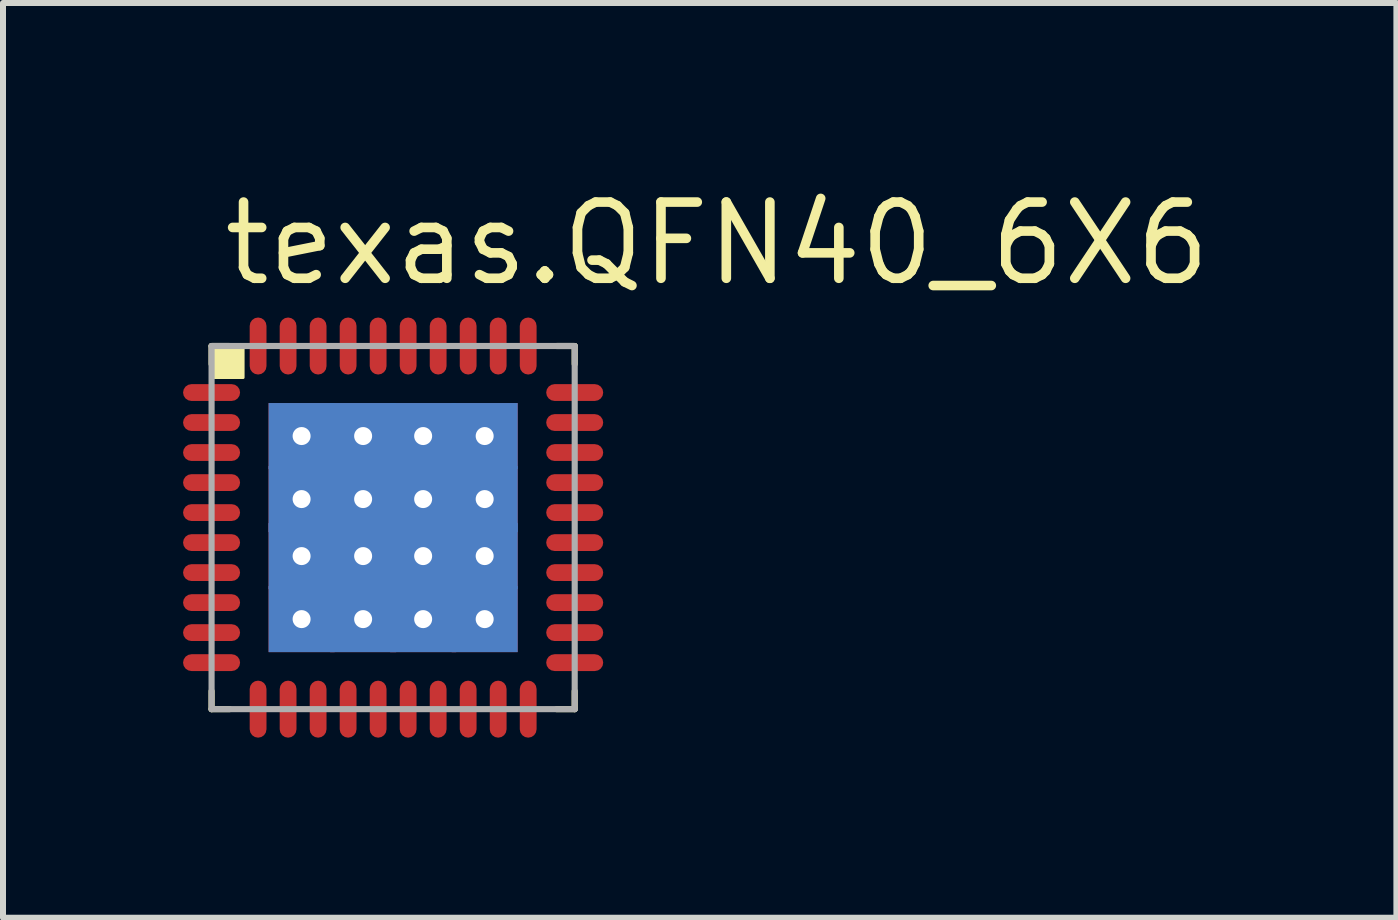
<source format=kicad_pcb>
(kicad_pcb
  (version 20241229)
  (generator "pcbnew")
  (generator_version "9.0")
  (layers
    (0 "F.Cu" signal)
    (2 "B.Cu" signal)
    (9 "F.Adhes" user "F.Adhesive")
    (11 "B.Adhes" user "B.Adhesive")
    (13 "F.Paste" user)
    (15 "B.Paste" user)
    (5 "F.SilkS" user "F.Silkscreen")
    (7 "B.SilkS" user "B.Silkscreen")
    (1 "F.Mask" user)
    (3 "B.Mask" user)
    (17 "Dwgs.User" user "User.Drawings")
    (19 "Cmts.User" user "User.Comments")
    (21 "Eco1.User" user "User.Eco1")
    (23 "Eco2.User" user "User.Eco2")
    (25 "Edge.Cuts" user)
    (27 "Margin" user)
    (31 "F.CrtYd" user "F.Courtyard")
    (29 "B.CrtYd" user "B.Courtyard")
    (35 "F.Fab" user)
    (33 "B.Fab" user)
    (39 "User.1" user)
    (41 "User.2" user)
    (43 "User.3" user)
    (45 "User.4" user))
  (footprint "texas.QFN40_6X6"
    (layer "F.Cu")
    (at 3.5 5.74)
    (property "Reference" "texas.QFN40_6X6" (at -2.9 -3.99 0) (layer "F.SilkS") (effects (font (size 1.27 1.27) (thickness 0.16)) (justify left bottom)))
    (attr smd)
    (fp_rect (start -3 -2.75) (end -2.75 -3) (stroke (width 0.05) (type default)) (fill yes) (layer "F.Cu"))
    (fp_rect (start -3.4 -2.05) (end -2.7 -2.45) (stroke (width 0.05) (type default)) (fill yes) (layer "F.Mask"))
    (fp_rect (start -3.4 -1.55) (end -2.7 -1.95) (stroke (width 0.05) (type default)) (fill yes) (layer "F.Mask"))
    (fp_rect (start -3.4 -1.05) (end -2.7 -1.45) (stroke (width 0.05) (type default)) (fill yes) (layer "F.Mask"))
    (fp_rect (start -3.4 -0.55) (end -2.7 -0.95) (stroke (width 0.05) (type default)) (fill yes) (layer "F.Mask"))
    (fp_rect (start -3.4 -0.05) (end -2.7 -0.45) (stroke (width 0.05) (type default)) (fill yes) (layer "F.Mask"))
    (fp_rect (start -3.4 0.45) (end -2.7 0.05) (stroke (width 0.05) (type default)) (fill yes) (layer "F.Mask"))
    (fp_rect (start -3.4 0.95) (end -2.7 0.55) (stroke (width 0.05) (type default)) (fill yes) (layer "F.Mask"))
    (fp_rect (start -3.4 1.45) (end -2.7 1.05) (stroke (width 0.05) (type default)) (fill yes) (layer "F.Mask"))
    (fp_rect (start -3.4 1.95) (end -2.7 1.55) (stroke (width 0.05) (type default)) (fill yes) (layer "F.Mask"))
    (fp_rect (start -3.4 2.45) (end -2.7 2.05) (stroke (width 0.05) (type default)) (fill yes) (layer "F.Mask"))
    (fp_rect (start -2.45 -2.7) (end -2.05 -3.4) (stroke (width 0.05) (type default)) (fill yes) (layer "F.Mask"))
    (fp_rect (start -2.45 3.4) (end -2.05 2.7) (stroke (width 0.05) (type default)) (fill yes) (layer "F.Mask"))
    (fp_rect (start -2.025 -0.875) (end -0.875 -2.025) (stroke (width 0.05) (type default)) (fill yes) (layer "F.Mask"))
    (fp_rect (start -2.025 0.575) (end -0.875 -0.575) (stroke (width 0.05) (type default)) (fill yes) (layer "F.Mask"))
    (fp_rect (start -2.025 2.025) (end -0.875 0.875) (stroke (width 0.05) (type default)) (fill yes) (layer "F.Mask"))
    (fp_rect (start -1.95 -2.7) (end -1.55 -3.4) (stroke (width 0.05) (type default)) (fill yes) (layer "F.Mask"))
    (fp_rect (start -1.95 3.4) (end -1.55 2.7) (stroke (width 0.05) (type default)) (fill yes) (layer "F.Mask"))
    (fp_rect (start -1.45 -2.7) (end -1.05 -3.4) (stroke (width 0.05) (type default)) (fill yes) (layer "F.Mask"))
    (fp_rect (start -1.45 3.4) (end -1.05 2.7) (stroke (width 0.05) (type default)) (fill yes) (layer "F.Mask"))
    (fp_rect (start -0.95 -2.7) (end -0.55 -3.4) (stroke (width 0.05) (type default)) (fill yes) (layer "F.Mask"))
    (fp_rect (start -0.95 3.4) (end -0.55 2.7) (stroke (width 0.05) (type default)) (fill yes) (layer "F.Mask"))
    (fp_rect (start -0.575 -0.875) (end 0.575 -2.025) (stroke (width 0.05) (type default)) (fill yes) (layer "F.Mask"))
    (fp_rect (start -0.575 0.575) (end 0.575 -0.575) (stroke (width 0.05) (type default)) (fill yes) (layer "F.Mask"))
    (fp_rect (start -0.575 2.025) (end 0.575 0.875) (stroke (width 0.05) (type default)) (fill yes) (layer "F.Mask"))
    (fp_rect (start -0.45 -2.7) (end -0.05 -3.4) (stroke (width 0.05) (type default)) (fill yes) (layer "F.Mask"))
    (fp_rect (start -0.45 3.4) (end -0.05 2.7) (stroke (width 0.05) (type default)) (fill yes) (layer "F.Mask"))
    (fp_rect (start 0.05 -2.7) (end 0.45 -3.4) (stroke (width 0.05) (type default)) (fill yes) (layer "F.Mask"))
    (fp_rect (start 0.05 3.4) (end 0.45 2.7) (stroke (width 0.05) (type default)) (fill yes) (layer "F.Mask"))
    (fp_rect (start 0.55 -2.7) (end 0.95 -3.4) (stroke (width 0.05) (type default)) (fill yes) (layer "F.Mask"))
    (fp_rect (start 0.55 3.4) (end 0.95 2.7) (stroke (width 0.05) (type default)) (fill yes) (layer "F.Mask"))
    (fp_rect (start 0.875 -0.875) (end 2.025 -2.025) (stroke (width 0.05) (type default)) (fill yes) (layer "F.Mask"))
    (fp_rect (start 0.875 0.575) (end 2.025 -0.575) (stroke (width 0.05) (type default)) (fill yes) (layer "F.Mask"))
    (fp_rect (start 0.875 2.025) (end 2.025 0.875) (stroke (width 0.05) (type default)) (fill yes) (layer "F.Mask"))
    (fp_rect (start 1.05 -2.7) (end 1.45 -3.4) (stroke (width 0.05) (type default)) (fill yes) (layer "F.Mask"))
    (fp_rect (start 1.05 3.4) (end 1.45 2.7) (stroke (width 0.05) (type default)) (fill yes) (layer "F.Mask"))
    (fp_rect (start 1.55 -2.7) (end 1.95 -3.4) (stroke (width 0.05) (type default)) (fill yes) (layer "F.Mask"))
    (fp_rect (start 1.55 3.4) (end 1.95 2.7) (stroke (width 0.05) (type default)) (fill yes) (layer "F.Mask"))
    (fp_rect (start 2.05 -2.7) (end 2.45 -3.4) (stroke (width 0.05) (type default)) (fill yes) (layer "F.Mask"))
    (fp_rect (start 2.05 3.4) (end 2.45 2.7) (stroke (width 0.05) (type default)) (fill yes) (layer "F.Mask"))
    (fp_rect (start 2.7 -2.05) (end 3.4 -2.45) (stroke (width 0.05) (type default)) (fill yes) (layer "F.Mask"))
    (fp_rect (start 2.7 -1.55) (end 3.4 -1.95) (stroke (width 0.05) (type default)) (fill yes) (layer "F.Mask"))
    (fp_rect (start 2.7 -1.05) (end 3.4 -1.45) (stroke (width 0.05) (type default)) (fill yes) (layer "F.Mask"))
    (fp_rect (start 2.7 -0.55) (end 3.4 -0.95) (stroke (width 0.05) (type default)) (fill yes) (layer "F.Mask"))
    (fp_rect (start 2.7 -0.05) (end 3.4 -0.45) (stroke (width 0.05) (type default)) (fill yes) (layer "F.Mask"))
    (fp_rect (start 2.7 0.45) (end 3.4 0.05) (stroke (width 0.05) (type default)) (fill yes) (layer "F.Mask"))
    (fp_rect (start 2.7 0.95) (end 3.4 0.55) (stroke (width 0.05) (type default)) (fill yes) (layer "F.Mask"))
    (fp_rect (start 2.7 1.45) (end 3.4 1.05) (stroke (width 0.05) (type default)) (fill yes) (layer "F.Mask"))
    (fp_rect (start 2.7 1.95) (end 3.4 1.55) (stroke (width 0.05) (type default)) (fill yes) (layer "F.Mask"))
    (fp_rect (start 2.7 2.45) (end 3.4 2.05) (stroke (width 0.05) (type default)) (fill yes) (layer "F.Mask"))
    (fp_circle (center -2.7 -2.25) (end -2.5 -2.25) (stroke (width 0.1) (type default)) (fill no) (layer "F.Mask"))
    (fp_circle (center -2.7 -1.75) (end -2.5 -1.75) (stroke (width 0.1) (type default)) (fill no) (layer "F.Mask"))
    (fp_circle (center -2.7 -1.25) (end -2.5 -1.25) (stroke (width 0.1) (type default)) (fill no) (layer "F.Mask"))
    (fp_circle (center -2.7 -0.75) (end -2.5 -0.75) (stroke (width 0.1) (type default)) (fill no) (layer "F.Mask"))
    (fp_circle (center -2.7 -0.25) (end -2.5 -0.25) (stroke (width 0.1) (type default)) (fill no) (layer "F.Mask"))
    (fp_circle (center -2.7 0.25) (end -2.5 0.25) (stroke (width 0.1) (type default)) (fill no) (layer "F.Mask"))
    (fp_circle (center -2.7 0.75) (end -2.5 0.75) (stroke (width 0.1) (type default)) (fill no) (layer "F.Mask"))
    (fp_circle (center -2.7 1.25) (end -2.5 1.25) (stroke (width 0.1) (type default)) (fill no) (layer "F.Mask"))
    (fp_circle (center -2.7 1.75) (end -2.5 1.75) (stroke (width 0.1) (type default)) (fill no) (layer "F.Mask"))
    (fp_circle (center -2.7 2.25) (end -2.5 2.25) (stroke (width 0.1) (type default)) (fill no) (layer "F.Mask"))
    (fp_circle (center -2.25 -2.7) (end -2.05 -2.7) (stroke (width 0.1) (type default)) (fill no) (layer "F.Mask"))
    (fp_circle (center -2.25 2.7) (end -2.05 2.7) (stroke (width 0.1) (type default)) (fill no) (layer "F.Mask"))
    (fp_circle (center -1.75 -2.7) (end -1.55 -2.7) (stroke (width 0.1) (type default)) (fill no) (layer "F.Mask"))
    (fp_circle (center -1.75 2.7) (end -1.55 2.7) (stroke (width 0.1) (type default)) (fill no) (layer "F.Mask"))
    (fp_circle (center -1.25 -2.7) (end -1.05 -2.7) (stroke (width 0.1) (type default)) (fill no) (layer "F.Mask"))
    (fp_circle (center -1.25 2.7) (end -1.05 2.7) (stroke (width 0.1) (type default)) (fill no) (layer "F.Mask"))
    (fp_circle (center -0.75 -2.7) (end -0.55 -2.7) (stroke (width 0.1) (type default)) (fill no) (layer "F.Mask"))
    (fp_circle (center -0.75 2.7) (end -0.55 2.7) (stroke (width 0.1) (type default)) (fill no) (layer "F.Mask"))
    (fp_circle (center -0.25 -2.7) (end -0.05 -2.7) (stroke (width 0.1) (type default)) (fill no) (layer "F.Mask"))
    (fp_circle (center -0.25 2.7) (end -0.05 2.7) (stroke (width 0.1) (type default)) (fill no) (layer "F.Mask"))
    (fp_circle (center 0.25 -2.7) (end 0.45 -2.7) (stroke (width 0.1) (type default)) (fill no) (layer "F.Mask"))
    (fp_circle (center 0.25 2.7) (end 0.45 2.7) (stroke (width 0.1) (type default)) (fill no) (layer "F.Mask"))
    (fp_circle (center 0.75 -2.7) (end 0.95 -2.7) (stroke (width 0.1) (type default)) (fill no) (layer "F.Mask"))
    (fp_circle (center 0.75 2.7) (end 0.95 2.7) (stroke (width 0.1) (type default)) (fill no) (layer "F.Mask"))
    (fp_circle (center 1.25 -2.7) (end 1.45 -2.7) (stroke (width 0.1) (type default)) (fill no) (layer "F.Mask"))
    (fp_circle (center 1.25 2.7) (end 1.45 2.7) (stroke (width 0.1) (type default)) (fill no) (layer "F.Mask"))
    (fp_circle (center 1.75 -2.7) (end 1.95 -2.7) (stroke (width 0.1) (type default)) (fill no) (layer "F.Mask"))
    (fp_circle (center 1.75 2.7) (end 1.95 2.7) (stroke (width 0.1) (type default)) (fill no) (layer "F.Mask"))
    (fp_circle (center 2.25 -2.7) (end 2.45 -2.7) (stroke (width 0.1) (type default)) (fill no) (layer "F.Mask"))
    (fp_circle (center 2.25 2.7) (end 2.45 2.7) (stroke (width 0.1) (type default)) (fill no) (layer "F.Mask"))
    (fp_circle (center 2.7 -2.25) (end 2.9 -2.25) (stroke (width 0.1) (type default)) (fill no) (layer "F.Mask"))
    (fp_circle (center 2.7 -1.75) (end 2.9 -1.75) (stroke (width 0.1) (type default)) (fill no) (layer "F.Mask"))
    (fp_circle (center 2.7 -1.25) (end 2.9 -1.25) (stroke (width 0.1) (type default)) (fill no) (layer "F.Mask"))
    (fp_circle (center 2.7 -0.75) (end 2.9 -0.75) (stroke (width 0.1) (type default)) (fill no) (layer "F.Mask"))
    (fp_circle (center 2.7 -0.25) (end 2.9 -0.25) (stroke (width 0.1) (type default)) (fill no) (layer "F.Mask"))
    (fp_circle (center 2.7 0.25) (end 2.9 0.25) (stroke (width 0.1) (type default)) (fill no) (layer "F.Mask"))
    (fp_circle (center 2.7 0.75) (end 2.9 0.75) (stroke (width 0.1) (type default)) (fill no) (layer "F.Mask"))
    (fp_circle (center 2.7 1.25) (end 2.9 1.25) (stroke (width 0.1) (type default)) (fill no) (layer "F.Mask"))
    (fp_circle (center 2.7 1.75) (end 2.9 1.75) (stroke (width 0.1) (type default)) (fill no) (layer "F.Mask"))
    (fp_circle (center 2.7 2.25) (end 2.9 2.25) (stroke (width 0.1) (type default)) (fill no) (layer "F.Mask"))
    (fp_line (start -3.025 -3.025) (end -2.725 -3.025) (stroke (width 0.102) (type default)) (layer "F.SilkS"))
    (fp_line (start -3.025 -2.725) (end -3.025 -3.025) (stroke (width 0.102) (type default)) (layer "F.SilkS"))
    (fp_line (start -3.025 3.025) (end -3.025 2.725) (stroke (width 0.102) (type default)) (layer "F.SilkS"))
    (fp_line (start -2.725 3.025) (end -3.025 3.025) (stroke (width 0.102) (type default)) (layer "F.SilkS"))
    (fp_line (start 2.725 -3.025) (end 3.025 -3.025) (stroke (width 0.102) (type default)) (layer "F.SilkS"))
    (fp_line (start 3.025 -3.025) (end 3.025 -2.725) (stroke (width 0.102) (type default)) (layer "F.SilkS"))
    (fp_line (start 3.025 2.725) (end 3.025 3.025) (stroke (width 0.102) (type default)) (layer "F.SilkS"))
    (fp_line (start 3.025 3.025) (end 2.725 3.025) (stroke (width 0.102) (type default)) (layer "F.SilkS"))
    (fp_rect (start -3 -2.5) (end -2.5 -3) (stroke (width 0.05) (type default)) (fill yes) (layer "F.SilkS"))
    (fp_rect (start -3.375 -2.125) (end -2.7 -2.375) (stroke (width 0.05) (type default)) (fill yes) (layer "F.Paste"))
    (fp_rect (start -3.375 -1.625) (end -2.7 -1.875) (stroke (width 0.05) (type default)) (fill yes) (layer "F.Paste"))
    (fp_rect (start -3.375 -1.125) (end -2.7 -1.375) (stroke (width 0.05) (type default)) (fill yes) (layer "F.Paste"))
    (fp_rect (start -3.375 -0.625) (end -2.7 -0.875) (stroke (width 0.05) (type default)) (fill yes) (layer "F.Paste"))
    (fp_rect (start -3.375 -0.125) (end -2.7 -0.375) (stroke (width 0.05) (type default)) (fill yes) (layer "F.Paste"))
    (fp_rect (start -3.375 0.375) (end -2.7 0.125) (stroke (width 0.05) (type default)) (fill yes) (layer "F.Paste"))
    (fp_rect (start -3.375 0.875) (end -2.7 0.625) (stroke (width 0.05) (type default)) (fill yes) (layer "F.Paste"))
    (fp_rect (start -3.375 1.375) (end -2.7 1.125) (stroke (width 0.05) (type default)) (fill yes) (layer "F.Paste"))
    (fp_rect (start -3.375 1.875) (end -2.7 1.625) (stroke (width 0.05) (type default)) (fill yes) (layer "F.Paste"))
    (fp_rect (start -3.375 2.375) (end -2.7 2.125) (stroke (width 0.05) (type default)) (fill yes) (layer "F.Paste"))
    (fp_rect (start -2.375 -2.7) (end -2.125 -3.375) (stroke (width 0.05) (type default)) (fill yes) (layer "F.Paste"))
    (fp_rect (start -2.375 3.375) (end -2.125 2.7) (stroke (width 0.05) (type default)) (fill yes) (layer "F.Paste"))
    (fp_rect (start -1.975 -0.925) (end -0.925 -1.975) (stroke (width 0.05) (type default)) (fill yes) (layer "F.Paste"))
    (fp_rect (start -1.975 0.525) (end -0.925 -0.525) (stroke (width 0.05) (type default)) (fill yes) (layer "F.Paste"))
    (fp_rect (start -1.975 1.975) (end -0.925 0.925) (stroke (width 0.05) (type default)) (fill yes) (layer "F.Paste"))
    (fp_rect (start -1.875 -2.7) (end -1.625 -3.375) (stroke (width 0.05) (type default)) (fill yes) (layer "F.Paste"))
    (fp_rect (start -1.875 3.375) (end -1.625 2.7) (stroke (width 0.05) (type default)) (fill yes) (layer "F.Paste"))
    (fp_rect (start -1.375 -2.7) (end -1.125 -3.375) (stroke (width 0.05) (type default)) (fill yes) (layer "F.Paste"))
    (fp_rect (start -1.375 3.375) (end -1.125 2.7) (stroke (width 0.05) (type default)) (fill yes) (layer "F.Paste"))
    (fp_rect (start -0.875 -2.7) (end -0.625 -3.375) (stroke (width 0.05) (type default)) (fill yes) (layer "F.Paste"))
    (fp_rect (start -0.875 3.375) (end -0.625 2.7) (stroke (width 0.05) (type default)) (fill yes) (layer "F.Paste"))
    (fp_rect (start -0.525 -0.925) (end 0.525 -1.975) (stroke (width 0.05) (type default)) (fill yes) (layer "F.Paste"))
    (fp_rect (start -0.525 0.525) (end 0.525 -0.525) (stroke (width 0.05) (type default)) (fill yes) (layer "F.Paste"))
    (fp_rect (start -0.525 1.975) (end 0.525 0.925) (stroke (width 0.05) (type default)) (fill yes) (layer "F.Paste"))
    (fp_rect (start -0.375 -2.7) (end -0.125 -3.375) (stroke (width 0.05) (type default)) (fill yes) (layer "F.Paste"))
    (fp_rect (start -0.375 3.375) (end -0.125 2.7) (stroke (width 0.05) (type default)) (fill yes) (layer "F.Paste"))
    (fp_rect (start 0.125 -2.7) (end 0.375 -3.375) (stroke (width 0.05) (type default)) (fill yes) (layer "F.Paste"))
    (fp_rect (start 0.125 3.375) (end 0.375 2.7) (stroke (width 0.05) (type default)) (fill yes) (layer "F.Paste"))
    (fp_rect (start 0.625 -2.7) (end 0.875 -3.375) (stroke (width 0.05) (type default)) (fill yes) (layer "F.Paste"))
    (fp_rect (start 0.625 3.375) (end 0.875 2.7) (stroke (width 0.05) (type default)) (fill yes) (layer "F.Paste"))
    (fp_rect (start 0.925 -0.925) (end 1.975 -1.975) (stroke (width 0.05) (type default)) (fill yes) (layer "F.Paste"))
    (fp_rect (start 0.925 0.525) (end 1.975 -0.525) (stroke (width 0.05) (type default)) (fill yes) (layer "F.Paste"))
    (fp_rect (start 0.925 1.975) (end 1.975 0.925) (stroke (width 0.05) (type default)) (fill yes) (layer "F.Paste"))
    (fp_rect (start 1.125 -2.7) (end 1.375 -3.375) (stroke (width 0.05) (type default)) (fill yes) (layer "F.Paste"))
    (fp_rect (start 1.125 3.375) (end 1.375 2.7) (stroke (width 0.05) (type default)) (fill yes) (layer "F.Paste"))
    (fp_rect (start 1.625 -2.7) (end 1.875 -3.375) (stroke (width 0.05) (type default)) (fill yes) (layer "F.Paste"))
    (fp_rect (start 1.625 3.375) (end 1.875 2.7) (stroke (width 0.05) (type default)) (fill yes) (layer "F.Paste"))
    (fp_rect (start 2.125 -2.7) (end 2.375 -3.375) (stroke (width 0.05) (type default)) (fill yes) (layer "F.Paste"))
    (fp_rect (start 2.125 3.375) (end 2.375 2.7) (stroke (width 0.05) (type default)) (fill yes) (layer "F.Paste"))
    (fp_rect (start 2.7 -2.125) (end 3.375 -2.375) (stroke (width 0.05) (type default)) (fill yes) (layer "F.Paste"))
    (fp_rect (start 2.7 -1.625) (end 3.375 -1.875) (stroke (width 0.05) (type default)) (fill yes) (layer "F.Paste"))
    (fp_rect (start 2.7 -1.125) (end 3.375 -1.375) (stroke (width 0.05) (type default)) (fill yes) (layer "F.Paste"))
    (fp_rect (start 2.7 -0.625) (end 3.375 -0.875) (stroke (width 0.05) (type default)) (fill yes) (layer "F.Paste"))
    (fp_rect (start 2.7 -0.125) (end 3.375 -0.375) (stroke (width 0.05) (type default)) (fill yes) (layer "F.Paste"))
    (fp_rect (start 2.7 0.375) (end 3.375 0.125) (stroke (width 0.05) (type default)) (fill yes) (layer "F.Paste"))
    (fp_rect (start 2.7 0.875) (end 3.375 0.625) (stroke (width 0.05) (type default)) (fill yes) (layer "F.Paste"))
    (fp_rect (start 2.7 1.375) (end 3.375 1.125) (stroke (width 0.05) (type default)) (fill yes) (layer "F.Paste"))
    (fp_rect (start 2.7 1.875) (end 3.375 1.625) (stroke (width 0.05) (type default)) (fill yes) (layer "F.Paste"))
    (fp_rect (start 2.7 2.375) (end 3.375 2.125) (stroke (width 0.05) (type default)) (fill yes) (layer "F.Paste"))
    (fp_circle (center -2.7 -2.25) (end -2.575 -2.25) (stroke (width 0.1) (type default)) (fill no) (layer "F.Paste"))
    (fp_circle (center -2.7 -1.75) (end -2.575 -1.75) (stroke (width 0.1) (type default)) (fill no) (layer "F.Paste"))
    (fp_circle (center -2.7 -1.25) (end -2.575 -1.25) (stroke (width 0.1) (type default)) (fill no) (layer "F.Paste"))
    (fp_circle (center -2.7 -0.75) (end -2.575 -0.75) (stroke (width 0.1) (type default)) (fill no) (layer "F.Paste"))
    (fp_circle (center -2.7 -0.25) (end -2.575 -0.25) (stroke (width 0.1) (type default)) (fill no) (layer "F.Paste"))
    (fp_circle (center -2.7 0.25) (end -2.575 0.25) (stroke (width 0.1) (type default)) (fill no) (layer "F.Paste"))
    (fp_circle (center -2.7 0.75) (end -2.575 0.75) (stroke (width 0.1) (type default)) (fill no) (layer "F.Paste"))
    (fp_circle (center -2.7 1.25) (end -2.575 1.25) (stroke (width 0.1) (type default)) (fill no) (layer "F.Paste"))
    (fp_circle (center -2.7 1.75) (end -2.575 1.75) (stroke (width 0.1) (type default)) (fill no) (layer "F.Paste"))
    (fp_circle (center -2.7 2.25) (end -2.575 2.25) (stroke (width 0.1) (type default)) (fill no) (layer "F.Paste"))
    (fp_circle (center -2.25 -2.7) (end -2.125 -2.7) (stroke (width 0.1) (type default)) (fill no) (layer "F.Paste"))
    (fp_circle (center -2.25 2.7) (end -2.125 2.7) (stroke (width 0.1) (type default)) (fill no) (layer "F.Paste"))
    (fp_circle (center -1.75 -2.7) (end -1.625 -2.7) (stroke (width 0.1) (type default)) (fill no) (layer "F.Paste"))
    (fp_circle (center -1.75 2.7) (end -1.625 2.7) (stroke (width 0.1) (type default)) (fill no) (layer "F.Paste"))
    (fp_circle (center -1.25 -2.7) (end -1.125 -2.7) (stroke (width 0.1) (type default)) (fill no) (layer "F.Paste"))
    (fp_circle (center -1.25 2.7) (end -1.125 2.7) (stroke (width 0.1) (type default)) (fill no) (layer "F.Paste"))
    (fp_circle (center -0.75 -2.7) (end -0.625 -2.7) (stroke (width 0.1) (type default)) (fill no) (layer "F.Paste"))
    (fp_circle (center -0.75 2.7) (end -0.625 2.7) (stroke (width 0.1) (type default)) (fill no) (layer "F.Paste"))
    (fp_circle (center -0.25 -2.7) (end -0.125 -2.7) (stroke (width 0.1) (type default)) (fill no) (layer "F.Paste"))
    (fp_circle (center -0.25 2.7) (end -0.125 2.7) (stroke (width 0.1) (type default)) (fill no) (layer "F.Paste"))
    (fp_circle (center 0.25 -2.7) (end 0.375 -2.7) (stroke (width 0.1) (type default)) (fill no) (layer "F.Paste"))
    (fp_circle (center 0.25 2.7) (end 0.375 2.7) (stroke (width 0.1) (type default)) (fill no) (layer "F.Paste"))
    (fp_circle (center 0.75 -2.7) (end 0.875 -2.7) (stroke (width 0.1) (type default)) (fill no) (layer "F.Paste"))
    (fp_circle (center 0.75 2.7) (end 0.875 2.7) (stroke (width 0.1) (type default)) (fill no) (layer "F.Paste"))
    (fp_circle (center 1.25 -2.7) (end 1.375 -2.7) (stroke (width 0.1) (type default)) (fill no) (layer "F.Paste"))
    (fp_circle (center 1.25 2.7) (end 1.375 2.7) (stroke (width 0.1) (type default)) (fill no) (layer "F.Paste"))
    (fp_circle (center 1.75 -2.7) (end 1.875 -2.7) (stroke (width 0.1) (type default)) (fill no) (layer "F.Paste"))
    (fp_circle (center 1.75 2.7) (end 1.875 2.7) (stroke (width 0.1) (type default)) (fill no) (layer "F.Paste"))
    (fp_circle (center 2.25 -2.7) (end 2.375 -2.7) (stroke (width 0.1) (type default)) (fill no) (layer "F.Paste"))
    (fp_circle (center 2.25 2.7) (end 2.375 2.7) (stroke (width 0.1) (type default)) (fill no) (layer "F.Paste"))
    (fp_circle (center 2.7 -2.25) (end 2.825 -2.25) (stroke (width 0.1) (type default)) (fill no) (layer "F.Paste"))
    (fp_circle (center 2.7 -1.75) (end 2.825 -1.75) (stroke (width 0.1) (type default)) (fill no) (layer "F.Paste"))
    (fp_circle (center 2.7 -1.25) (end 2.825 -1.25) (stroke (width 0.1) (type default)) (fill no) (layer "F.Paste"))
    (fp_circle (center 2.7 -0.75) (end 2.825 -0.75) (stroke (width 0.1) (type default)) (fill no) (layer "F.Paste"))
    (fp_circle (center 2.7 -0.25) (end 2.825 -0.25) (stroke (width 0.1) (type default)) (fill no) (layer "F.Paste"))
    (fp_circle (center 2.7 0.25) (end 2.825 0.25) (stroke (width 0.1) (type default)) (fill no) (layer "F.Paste"))
    (fp_circle (center 2.7 0.75) (end 2.825 0.75) (stroke (width 0.1) (type default)) (fill no) (layer "F.Paste"))
    (fp_circle (center 2.7 1.25) (end 2.825 1.25) (stroke (width 0.1) (type default)) (fill no) (layer "F.Paste"))
    (fp_circle (center 2.7 1.75) (end 2.825 1.75) (stroke (width 0.1) (type default)) (fill no) (layer "F.Paste"))
    (fp_circle (center 2.7 2.25) (end 2.825 2.25) (stroke (width 0.1) (type default)) (fill no) (layer "F.Paste"))
    (fp_line (start -3.025 -3.025) (end 3.025 -3.025) (stroke (width 0.102) (type default)) (layer "F.Fab"))
    (fp_line (start -3.025 3.025) (end -3.025 -3.025) (stroke (width 0.102) (type default)) (layer "F.Fab"))
    (fp_line (start 3.025 -3.025) (end 3.025 3.025) (stroke (width 0.102) (type default)) (layer "F.Fab"))
    (fp_line (start 3.025 3.025) (end -3.025 3.025) (stroke (width 0.102) (type default)) (layer "F.Fab"))
    (pad "1" smd roundrect (at -3.025 -2.25) (size 0.95 0.28) (layers "F.Cu" "F.Mask" "F.Paste") (roundrect_rratio 0.5))
    (pad "2" smd roundrect (at -3.025 -1.75) (size 0.95 0.28) (layers "F.Cu" "F.Mask" "F.Paste") (roundrect_rratio 0.5))
    (pad "3" smd roundrect (at -3.025 -1.25) (size 0.95 0.28) (layers "F.Cu" "F.Mask" "F.Paste") (roundrect_rratio 0.5))
    (pad "4" smd roundrect (at -3.025 -0.75) (size 0.95 0.28) (layers "F.Cu" "F.Mask" "F.Paste") (roundrect_rratio 0.5))
    (pad "5" smd roundrect (at -3.025 -0.25) (size 0.95 0.28) (layers "F.Cu" "F.Mask" "F.Paste") (roundrect_rratio 0.5))
    (pad "6" smd roundrect (at -3.025 0.25) (size 0.95 0.28) (layers "F.Cu" "F.Mask" "F.Paste") (roundrect_rratio 0.5))
    (pad "7" smd roundrect (at -3.025 0.75) (size 0.95 0.28) (layers "F.Cu" "F.Mask" "F.Paste") (roundrect_rratio 0.5))
    (pad "8" smd roundrect (at -3.025 1.25) (size 0.95 0.28) (layers "F.Cu" "F.Mask" "F.Paste") (roundrect_rratio 0.5))
    (pad "9" smd roundrect (at -3.025 1.75) (size 0.95 0.28) (layers "F.Cu" "F.Mask" "F.Paste") (roundrect_rratio 0.5))
    (pad "10" smd roundrect (at -3.025 2.25) (size 0.95 0.28) (layers "F.Cu" "F.Mask" "F.Paste") (roundrect_rratio 0.5))
    (pad "11" smd roundrect (at -2.25 3.025 90) (size 0.95 0.28) (layers "F.Cu" "F.Mask" "F.Paste") (roundrect_rratio 0.5))
    (pad "12" smd roundrect (at -1.75 3.025 90) (size 0.95 0.28) (layers "F.Cu" "F.Mask" "F.Paste") (roundrect_rratio 0.5))
    (pad "13" smd roundrect (at -1.25 3.025 90) (size 0.95 0.28) (layers "F.Cu" "F.Mask" "F.Paste") (roundrect_rratio 0.5))
    (pad "14" smd roundrect (at -0.75 3.025 90) (size 0.95 0.28) (layers "F.Cu" "F.Mask" "F.Paste") (roundrect_rratio 0.5))
    (pad "15" smd roundrect (at -0.25 3.025 90) (size 0.95 0.28) (layers "F.Cu" "F.Mask" "F.Paste") (roundrect_rratio 0.5))
    (pad "16" smd roundrect (at 0.25 3.025 90) (size 0.95 0.28) (layers "F.Cu" "F.Mask" "F.Paste") (roundrect_rratio 0.5))
    (pad "17" smd roundrect (at 0.75 3.025 90) (size 0.95 0.28) (layers "F.Cu" "F.Mask" "F.Paste") (roundrect_rratio 0.5))
    (pad "18" smd roundrect (at 1.25 3.025 90) (size 0.95 0.28) (layers "F.Cu" "F.Mask" "F.Paste") (roundrect_rratio 0.5))
    (pad "19" smd roundrect (at 1.75 3.025 90) (size 0.95 0.28) (layers "F.Cu" "F.Mask" "F.Paste") (roundrect_rratio 0.5))
    (pad "20" smd roundrect (at 2.25 3.025 90) (size 0.95 0.28) (layers "F.Cu" "F.Mask" "F.Paste") (roundrect_rratio 0.5))
    (pad "21" smd roundrect (at 3.025 2.25 180) (size 0.95 0.28) (layers "F.Cu" "F.Mask" "F.Paste") (roundrect_rratio 0.5))
    (pad "22" smd roundrect (at 3.025 1.75 180) (size 0.95 0.28) (layers "F.Cu" "F.Mask" "F.Paste") (roundrect_rratio 0.5))
    (pad "23" smd roundrect (at 3.025 1.25 180) (size 0.95 0.28) (layers "F.Cu" "F.Mask" "F.Paste") (roundrect_rratio 0.5))
    (pad "24" smd roundrect (at 3.025 0.75 180) (size 0.95 0.28) (layers "F.Cu" "F.Mask" "F.Paste") (roundrect_rratio 0.5))
    (pad "25" smd roundrect (at 3.025 0.25 180) (size 0.95 0.28) (layers "F.Cu" "F.Mask" "F.Paste") (roundrect_rratio 0.5))
    (pad "26" smd roundrect (at 3.025 -0.25 180) (size 0.95 0.28) (layers "F.Cu" "F.Mask" "F.Paste") (roundrect_rratio 0.5))
    (pad "27" smd roundrect (at 3.025 -0.75 180) (size 0.95 0.28) (layers "F.Cu" "F.Mask" "F.Paste") (roundrect_rratio 0.5))
    (pad "28" smd roundrect (at 3.025 -1.25 180) (size 0.95 0.28) (layers "F.Cu" "F.Mask" "F.Paste") (roundrect_rratio 0.5))
    (pad "29" smd roundrect (at 3.025 -1.75 180) (size 0.95 0.28) (layers "F.Cu" "F.Mask" "F.Paste") (roundrect_rratio 0.5))
    (pad "30" smd roundrect (at 3.025 -2.25 180) (size 0.95 0.28) (layers "F.Cu" "F.Mask" "F.Paste") (roundrect_rratio 0.5))
    (pad "31" smd roundrect (at 2.25 -3.025 270) (size 0.95 0.28) (layers "F.Cu" "F.Mask" "F.Paste") (roundrect_rratio 0.5))
    (pad "32" smd roundrect (at 1.75 -3.025 270) (size 0.95 0.28) (layers "F.Cu" "F.Mask" "F.Paste") (roundrect_rratio 0.5))
    (pad "33" smd roundrect (at 1.25 -3.025 270) (size 0.95 0.28) (layers "F.Cu" "F.Mask" "F.Paste") (roundrect_rratio 0.5))
    (pad "34" smd roundrect (at 0.75 -3.025 270) (size 0.95 0.28) (layers "F.Cu" "F.Mask" "F.Paste") (roundrect_rratio 0.5))
    (pad "35" smd roundrect (at 0.25 -3.025 270) (size 0.95 0.28) (layers "F.Cu" "F.Mask" "F.Paste") (roundrect_rratio 0.5))
    (pad "36" smd roundrect (at -0.25 -3.025 270) (size 0.95 0.28) (layers "F.Cu" "F.Mask" "F.Paste") (roundrect_rratio 0.5))
    (pad "37" smd roundrect (at -0.75 -3.025 270) (size 0.95 0.28) (layers "F.Cu" "F.Mask" "F.Paste") (roundrect_rratio 0.5))
    (pad "38" smd roundrect (at -1.25 -3.025 270) (size 0.95 0.28) (layers "F.Cu" "F.Mask" "F.Paste") (roundrect_rratio 0.5))
    (pad "39" smd roundrect (at -1.75 -3.025 270) (size 0.95 0.28) (layers "F.Cu" "F.Mask" "F.Paste") (roundrect_rratio 0.5))
    (pad "40" smd roundrect (at -2.25 -3.025 270) (size 0.95 0.28) (layers "F.Cu" "F.Mask" "F.Paste") (roundrect_rratio 0.5))
    (pad "EXP@1" thru_hole rect (at -1.525 -1.525) (size 1.1 1.1) (drill 0.3) (layers "*.Cu" "*.Mask"))
    (pad "EXP@2" thru_hole rect (at -0.5 -1.525) (size 1.1 1.1) (drill 0.3) (layers "*.Cu" "*.Mask"))
    (pad "EXP@3" thru_hole rect (at 0.5 -1.525) (size 1.1 1.1) (drill 0.3) (layers "*.Cu" "*.Mask"))
    (pad "EXP@4" thru_hole rect (at 1.525 -1.525) (size 1.1 1.1) (drill 0.3) (layers "*.Cu" "*.Mask"))
    (pad "EXP@5" thru_hole rect (at -1.525 -0.475) (size 1.1 1.1) (drill 0.3) (layers "*.Cu" "*.Mask"))
    (pad "EXP@6" thru_hole rect (at -0.5 -0.475) (size 1.1 1.1) (drill 0.3) (layers "*.Cu" "*.Mask"))
    (pad "EXP@7" thru_hole rect (at 0.5 -0.475) (size 1.1 1.1) (drill 0.3) (layers "*.Cu" "*.Mask"))
    (pad "EXP@8" thru_hole rect (at 1.525 -0.475) (size 1.1 1.1) (drill 0.3) (layers "*.Cu" "*.Mask"))
    (pad "EXP@9" thru_hole rect (at -1.525 0.475) (size 1.1 1.1) (drill 0.3) (layers "*.Cu" "*.Mask"))
    (pad "EXP@10" thru_hole rect (at -0.5 0.475) (size 1.1 1.1) (drill 0.3) (layers "*.Cu" "*.Mask"))
    (pad "EXP@11" thru_hole rect (at 0.5 0.475) (size 1.1 1.1) (drill 0.3) (layers "*.Cu" "*.Mask"))
    (pad "EXP@12" thru_hole rect (at 1.525 0.475) (size 1.1 1.1) (drill 0.3) (layers "*.Cu" "*.Mask"))
    (pad "EXP@13" thru_hole rect (at -1.525 1.525) (size 1.1 1.1) (drill 0.3) (layers "*.Cu" "*.Mask"))
    (pad "EXP@14" thru_hole rect (at -0.5 1.525) (size 1.1 1.1) (drill 0.3) (layers "*.Cu" "*.Mask"))
    (pad "EXP@15" thru_hole rect (at 0.5 1.525) (size 1.1 1.1) (drill 0.3) (layers "*.Cu" "*.Mask"))
    (pad "EXP@16" thru_hole rect (at 1.525 1.525) (size 1.1 1.1) (drill 0.3) (layers "*.Cu" "*.Mask")))
  (gr_rect
    (start -3 -3)
    (end 20.215 12.24)
    (stroke (width 0.1) (type default))
    (fill no)
    (layer "Edge.Cuts")))
</source>
